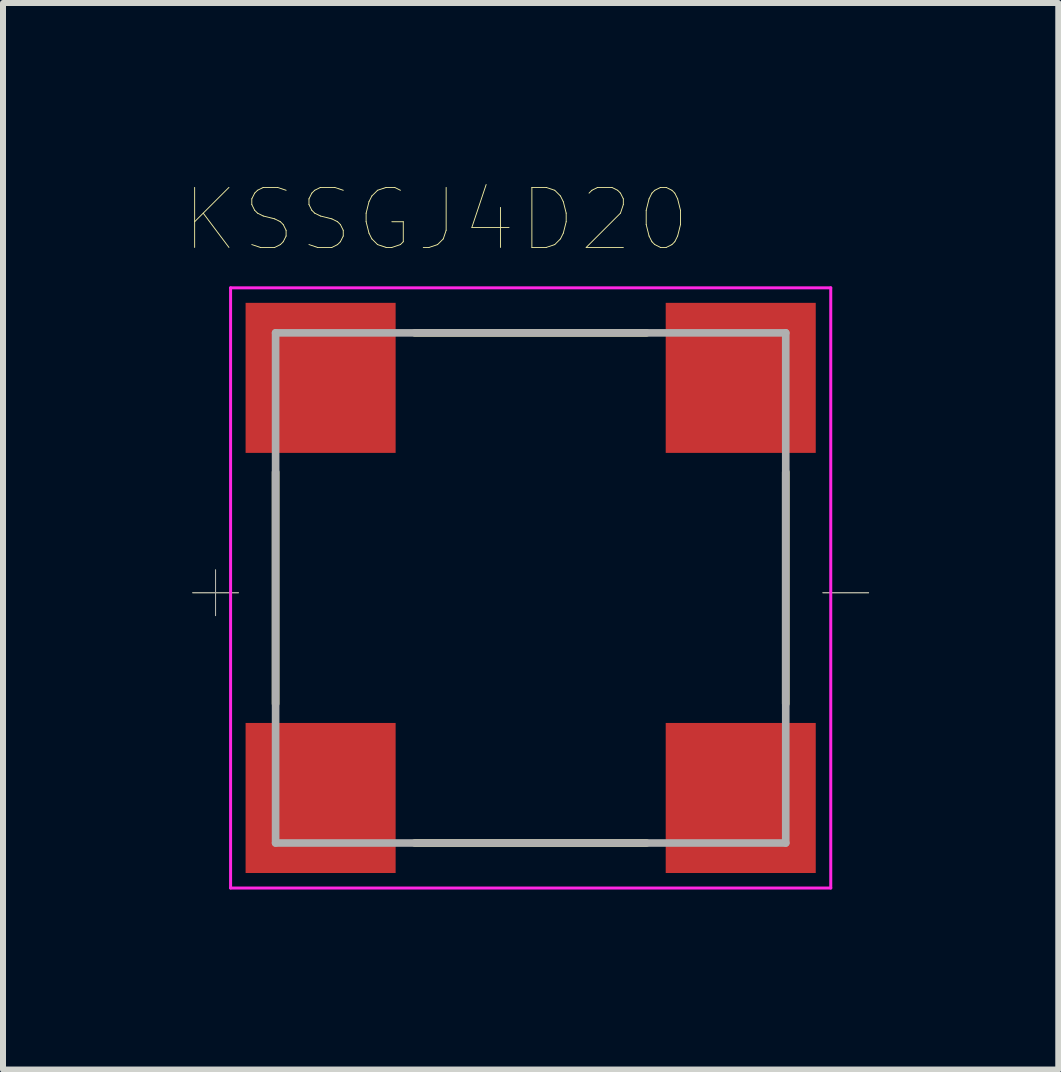
<source format=kicad_pcb>
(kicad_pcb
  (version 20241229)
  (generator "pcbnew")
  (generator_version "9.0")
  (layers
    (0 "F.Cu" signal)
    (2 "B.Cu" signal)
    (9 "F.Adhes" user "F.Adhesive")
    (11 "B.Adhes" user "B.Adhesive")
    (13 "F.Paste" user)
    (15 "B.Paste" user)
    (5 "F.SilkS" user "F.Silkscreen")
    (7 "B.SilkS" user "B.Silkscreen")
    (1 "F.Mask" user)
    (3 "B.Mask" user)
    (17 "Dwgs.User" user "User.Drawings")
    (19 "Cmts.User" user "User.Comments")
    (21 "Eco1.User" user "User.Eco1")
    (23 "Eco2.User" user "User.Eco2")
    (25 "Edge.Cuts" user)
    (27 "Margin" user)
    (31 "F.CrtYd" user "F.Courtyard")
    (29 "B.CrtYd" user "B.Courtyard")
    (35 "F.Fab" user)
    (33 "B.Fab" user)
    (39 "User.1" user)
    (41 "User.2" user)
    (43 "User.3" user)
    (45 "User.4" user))
  (footprint "KSSGJ4D20"
    (layer "F.Cu")
    (at 5.792 6.746)
    (property "Reference" "KSSGJ4D20" (at -1.575 -6.135 0) (layer "F.SilkS") (effects (font (size 1 1) (thickness 0.015))))
    (attr through_hole)
    (fp_line (start -4.25 1.93) (end -4.25 -1.93) (stroke (width 0.127) (type solid)) (layer "F.SilkS"))
    (fp_line (start -1.93 -4.25) (end 1.93 -4.25) (stroke (width 0.127) (type solid)) (layer "F.SilkS"))
    (fp_line (start 1.93 4.25) (end -1.93 4.25) (stroke (width 0.127) (type solid)) (layer "F.SilkS"))
    (fp_line (start 4.25 -1.93) (end 4.25 1.93) (stroke (width 0.127) (type solid)) (layer "F.SilkS"))
    (fp_line (start -5 -5) (end 5 -5) (stroke (width 0.05) (type solid)) (layer "F.CrtYd"))
    (fp_line (start -5 5) (end -5 -5) (stroke (width 0.05) (type solid)) (layer "F.CrtYd"))
    (fp_line (start 5 -5) (end 5 5) (stroke (width 0.05) (type solid)) (layer "F.CrtYd"))
    (fp_line (start 5 5) (end -5 5) (stroke (width 0.05) (type solid)) (layer "F.CrtYd"))
    (fp_line (start -4.25 -4.25) (end 4.25 -4.25) (stroke (width 0.127) (type solid)) (layer "F.Fab"))
    (fp_line (start -4.25 4.25) (end -4.25 -4.25) (stroke (width 0.127) (type solid)) (layer "F.Fab"))
    (fp_line (start 4.25 -4.25) (end 4.25 4.25) (stroke (width 0.127) (type solid)) (layer "F.Fab"))
    (fp_line (start 4.25 4.25) (end -4.25 4.25) (stroke (width 0.127) (type solid)) (layer "F.Fab"))
    (fp_text user "-" (at 5.25 0 0) (layer "F.SilkS") (effects (font (size 1 1) (thickness 0.015))))
    (fp_text user "+" (at -5.25 0 0) (layer "F.SilkS") (effects (font (size 1 1) (thickness 0.015))))
    (fp_text user "+" (at -5.25 0 0) (layer "F.Fab") (effects (font (size 1 1) (thickness 0.015))))
    (fp_text user "-" (at 5.25 0 0) (layer "F.Fab") (effects (font (size 1 1) (thickness 0.015))))
    (pad "N1" smd rect (at 3.5 -3.5) (size 2.5 2.5) (layers "F.Cu" "F.Mask" "F.Paste"))
    (pad "N2" smd rect (at 3.5 3.5) (size 2.5 2.5) (layers "F.Cu" "F.Mask" "F.Paste"))
    (pad "P1" smd rect (at -3.5 -3.5) (size 2.5 2.5) (layers "F.Cu" "F.Mask" "F.Paste"))
    (pad "P2" smd rect (at -3.5 3.5) (size 2.5 2.5) (layers "F.Cu" "F.Mask" "F.Paste")))
  (gr_rect
    (start -3 -3)
    (end 14.583 14.771)
    (stroke (width 0.1) (type default))
    (fill no)
    (layer "Edge.Cuts")))
</source>
